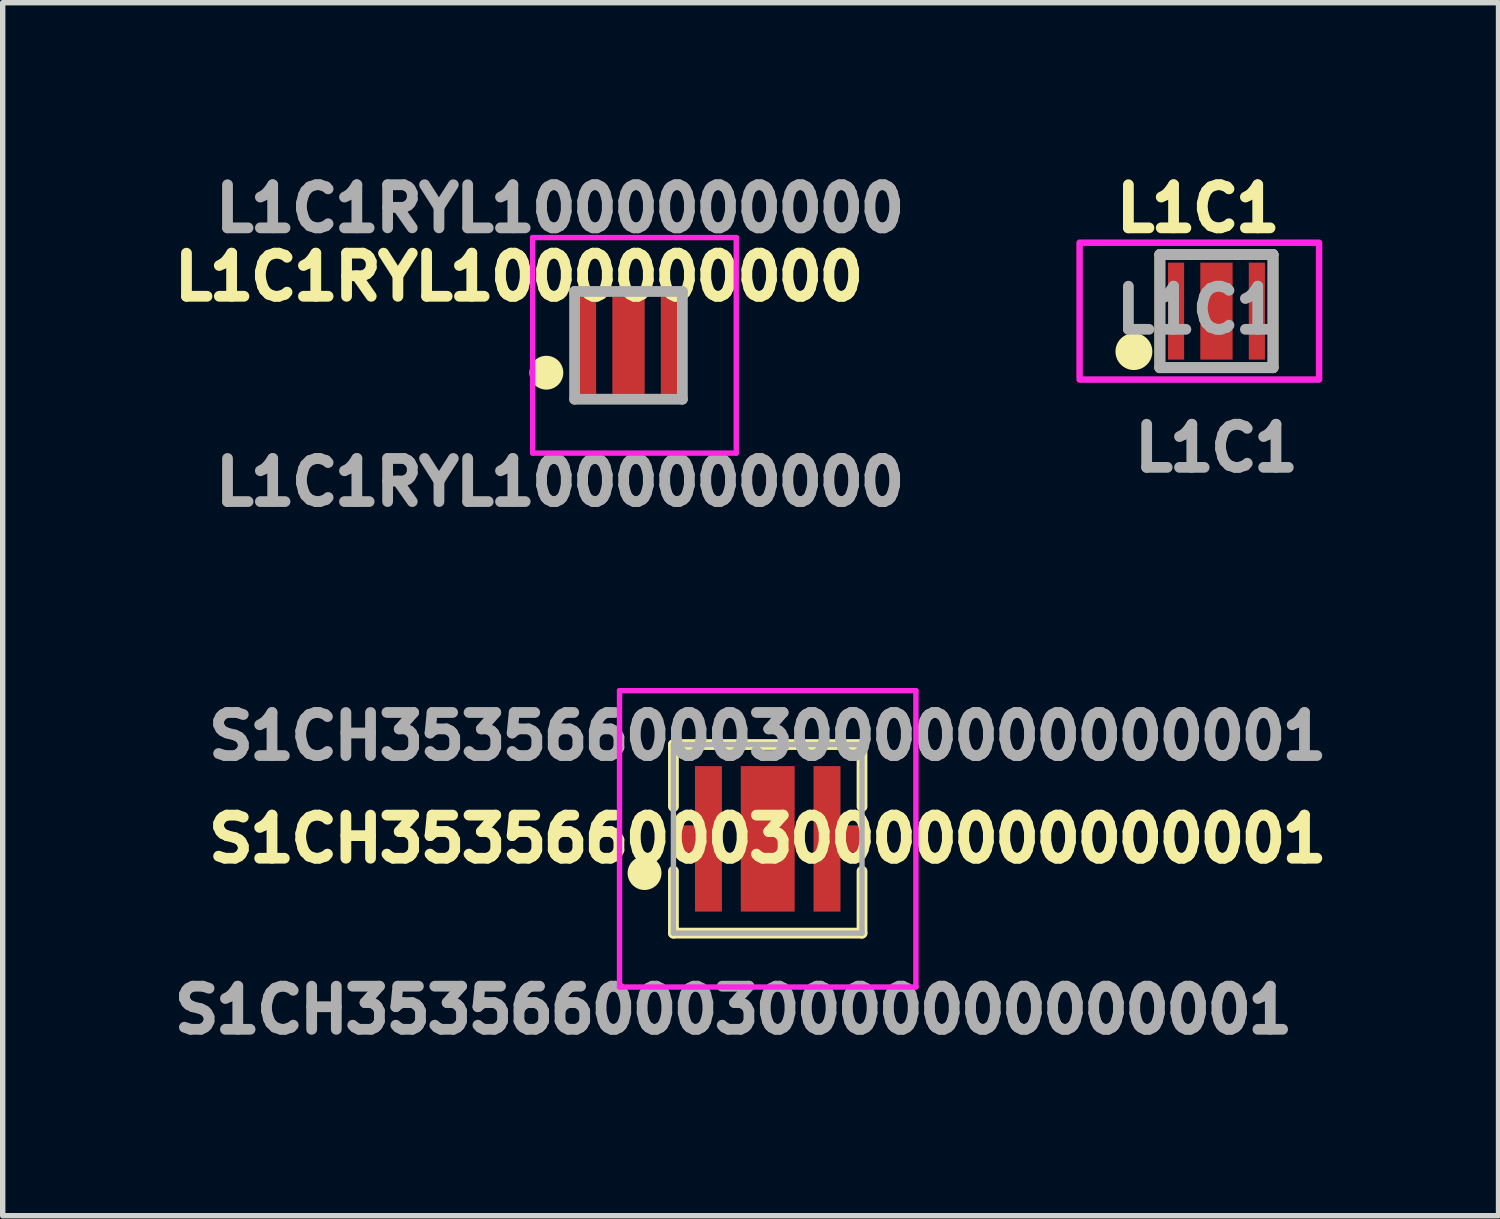
<source format=kicad_pcb>
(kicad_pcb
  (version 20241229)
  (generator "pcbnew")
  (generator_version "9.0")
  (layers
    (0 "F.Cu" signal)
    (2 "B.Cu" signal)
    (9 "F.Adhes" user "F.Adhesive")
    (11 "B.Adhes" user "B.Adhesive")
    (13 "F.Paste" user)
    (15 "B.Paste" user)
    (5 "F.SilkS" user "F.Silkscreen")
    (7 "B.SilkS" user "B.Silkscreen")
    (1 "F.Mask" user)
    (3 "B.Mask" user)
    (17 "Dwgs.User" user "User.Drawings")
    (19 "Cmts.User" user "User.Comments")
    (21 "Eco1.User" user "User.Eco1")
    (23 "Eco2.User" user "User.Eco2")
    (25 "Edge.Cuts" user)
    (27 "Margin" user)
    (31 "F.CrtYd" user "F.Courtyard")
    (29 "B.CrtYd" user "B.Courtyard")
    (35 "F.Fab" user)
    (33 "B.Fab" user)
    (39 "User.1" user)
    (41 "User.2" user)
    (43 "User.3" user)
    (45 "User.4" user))
  (footprint "L1C1RYL1000000000"
    (layer "F.Cu")
    (at 8.614 3.359)
    (property "Reference" "L1C1RYL1000000000" (at -2.032 -1.27 0) (layer "F.SilkS") (effects (font (size 0.8 0.8) (thickness 0.2))))
    (property "Value" "L1C1RYL1000000000" (at -0.9 0 0) (layer "F.SilkS") (hide yes) (effects (font (size 1.27 1.27) (thickness 0.254))))
    (attr smd)
    (fp_rect (start -1.016 -1.016) (end 1.016 1.016) (stroke (width 0.12) (type default)) (fill no) (layer "F.SilkS"))
    (fp_circle (center -1.524 0.508) (end -1.27 0.508) (stroke (width 0.12) (type solid)) (fill yes) (layer "F.SilkS"))
    (fp_line (start -1.778 -2) (end 2 -2) (stroke (width 0.1) (type solid)) (layer "F.CrtYd"))
    (fp_line (start -1.778 2) (end -1.778 -2) (stroke (width 0.1) (type solid)) (layer "F.CrtYd"))
    (fp_line (start 2 -2) (end 2 2) (stroke (width 0.1) (type solid)) (layer "F.CrtYd"))
    (fp_line (start 2 2) (end -1.778 2) (stroke (width 0.1) (type solid)) (layer "F.CrtYd"))
    (fp_line (start -1 -1) (end -1 1) (stroke (width 0.2) (type solid)) (layer "F.Fab"))
    (fp_line (start -1 1) (end 1 1) (stroke (width 0.2) (type solid)) (layer "F.Fab"))
    (fp_line (start 1 -1) (end -1 -1) (stroke (width 0.2) (type solid)) (layer "F.Fab"))
    (fp_line (start 1 1) (end 1 -1) (stroke (width 0.2) (type solid)) (layer "F.Fab"))
    (fp_text user "${VALUE}" (at -1.27 2.54 0) (layer "F.Fab") (effects (font (size 0.8 0.8) (thickness 0.2))))
    (fp_text user "${REFERENCE}" (at -1.27 -2.54 0) (layer "F.Fab") (effects (font (size 0.8 0.8) (thickness 0.2))))
    (pad "" smd rect (at 0 0) (size 0.6 1.8) (layers "F.Cu" "F.Mask" "F.Paste"))
    (pad "1" smd rect (at -0.75 0) (size 0.3 1.8) (layers "F.Cu" "F.Mask" "F.Paste"))
    (pad "2" smd rect (at 0.75 0) (size 0.3 1.8) (layers "F.Cu" "F.Mask" "F.Paste")))
  (footprint "S1CH35356600030000000000001"
    (layer "F.Cu")
    (at 11.198 12.518)
    (property "Reference" "S1CH35356600030000000000001" (at 0 0 0) (layer "F.SilkS") (effects (font (size 0.8 0.8) (thickness 0.2))))
    (property "Value" "S1CH35356600030000000000001" (at 0 0 0) (layer "F.SilkS") (hide yes) (effects (font (size 1.27 1.27) (thickness 0.254))))
    (attr smd)
    (fp_line (start -1.75 -1.75) (end 1.75 -1.75) (stroke (width 0.2) (type solid)) (layer "F.SilkS"))
    (fp_line (start -1.75 -0.6) (end -1.75 -1.75) (stroke (width 0.2) (type solid)) (layer "F.SilkS"))
    (fp_line (start -1.75 0.6) (end -1.75 1.75) (stroke (width 0.2) (type solid)) (layer "F.SilkS"))
    (fp_line (start -1.75 1.75) (end 1.75 1.75) (stroke (width 0.2) (type solid)) (layer "F.SilkS"))
    (fp_line (start 1.75 -1.75) (end 1.75 -0.6) (stroke (width 0.2) (type solid)) (layer "F.SilkS"))
    (fp_line (start 1.75 1.75) (end 1.75 0.6) (stroke (width 0.2) (type solid)) (layer "F.SilkS"))
    (fp_circle (center -2.286 0.635) (end -2.032 0.635) (stroke (width 0.12) (type solid)) (fill yes) (layer "F.SilkS"))
    (fp_line (start -2.75 -2.75) (end 2.75 -2.75) (stroke (width 0.1) (type solid)) (layer "F.CrtYd"))
    (fp_line (start -2.75 2.75) (end -2.75 -2.75) (stroke (width 0.1) (type solid)) (layer "F.CrtYd"))
    (fp_line (start 2.75 -2.75) (end 2.75 2.75) (stroke (width 0.1) (type solid)) (layer "F.CrtYd"))
    (fp_line (start 2.75 2.75) (end -2.75 2.75) (stroke (width 0.1) (type solid)) (layer "F.CrtYd"))
    (fp_line (start -1.75 -1.75) (end 1.75 -1.75) (stroke (width 0.1) (type solid)) (layer "F.Fab"))
    (fp_line (start -1.75 1.75) (end -1.75 -1.75) (stroke (width 0.1) (type solid)) (layer "F.Fab"))
    (fp_line (start 1.75 -1.75) (end 1.75 1.75) (stroke (width 0.1) (type solid)) (layer "F.Fab"))
    (fp_line (start 1.75 1.75) (end -1.75 1.75) (stroke (width 0.1) (type solid)) (layer "F.Fab"))
    (fp_text user "${REFERENCE}" (at 0 -1.905 0) (layer "F.Fab") (effects (font (size 0.8 0.8) (thickness 0.2))))
    (fp_text user "${VALUE}" (at -0.635 3.175 0) (layer "F.Fab") (effects (font (size 0.8 0.8) (thickness 0.2))))
    (pad "" smd rect (at 0 0) (size 1 2.7) (layers "F.Cu" "F.Mask" "F.Paste"))
    (pad "1" smd rect (at -1.55 0) (size 0.4 0.5) (layers "F.Cu" "F.Mask" "F.Paste"))
    (pad "1" smd rect (at -1.1 0) (size 0.5 2.7) (layers "F.Cu" "F.Mask" "F.Paste"))
    (pad "2" smd rect (at 1.1 0) (size 0.5 2.7) (layers "F.Cu" "F.Mask" "F.Paste"))
    (pad "2" smd rect (at 1.55 0) (size 0.4 0.5) (layers "F.Cu" "F.Mask" "F.Paste")))
  (footprint "L1C1"
    (layer "F.Cu")
    (at 19.526 2.724)
    (property "Reference" "L1C1" (at -0.339 -1.905 0) (layer "F.SilkS") (effects (font (size 0.8 0.8) (thickness 0.2))))
    (property "Value" "L1C1" (at -0.339 -0.022 0) (layer "F.SilkS") (hide yes) (effects (font (size 1.27 1.27) (thickness 0.254))))
    (attr smd)
    (fp_line (start -1.05 -1.05) (end 1.05 -1.05) (stroke (width 0.2) (type solid)) (layer "F.SilkS"))
    (fp_line (start -1.05 1.05) (end -1.05 -1.05) (stroke (width 0.2) (type solid)) (layer "F.SilkS"))
    (fp_line (start 1.05 -1.05) (end 1.05 1.05) (stroke (width 0.2) (type solid)) (layer "F.SilkS"))
    (fp_line (start 1.05 1.05) (end -1.05 1.05) (stroke (width 0.2) (type solid)) (layer "F.SilkS"))
    (fp_circle (center -1.532 0.751) (end -1.29 0.751) (stroke (width 0.2) (type solid)) (fill yes) (layer "F.SilkS"))
    (fp_rect (start -2.54 -1.27) (end 1.905 1.27) (stroke (width 0.12) (type default)) (fill no) (layer "F.CrtYd"))
    (fp_line (start -1.05 -1.05) (end 1.05 -1.05) (stroke (width 0.2) (type solid)) (layer "F.Fab"))
    (fp_line (start -1.05 1.05) (end -1.05 -1.05) (stroke (width 0.2) (type solid)) (layer "F.Fab"))
    (fp_line (start 1.05 -1.05) (end 1.05 1.05) (stroke (width 0.2) (type solid)) (layer "F.Fab"))
    (fp_line (start 1.05 1.05) (end -1.05 1.05) (stroke (width 0.2) (type solid)) (layer "F.Fab"))
    (fp_text user "${VALUE}" (at 0 2.54 0) (layer "F.Fab") (effects (font (size 0.8 0.8) (thickness 0.2))))
    (fp_text user "${REFERENCE}" (at -0.339 -0.022 0) (layer "F.Fab") (effects (font (size 0.8 0.8) (thickness 0.2))))
    (pad "" smd rect (at 0 0) (size 0.6 1.8) (layers "F.Cu" "F.Mask" "F.Paste"))
    (pad "1" smd rect (at -0.75 0) (size 0.3 1.8) (layers "F.Cu" "F.Mask" "F.Paste"))
    (pad "2" smd rect (at 0.75 0) (size 0.3 1.8) (layers "F.Cu" "F.Mask" "F.Paste")))
  (gr_rect
    (start -3 -3)
    (end 24.761 19.512)
    (stroke (width 0.1) (type default))
    (fill no)
    (layer "Edge.Cuts")))
</source>
